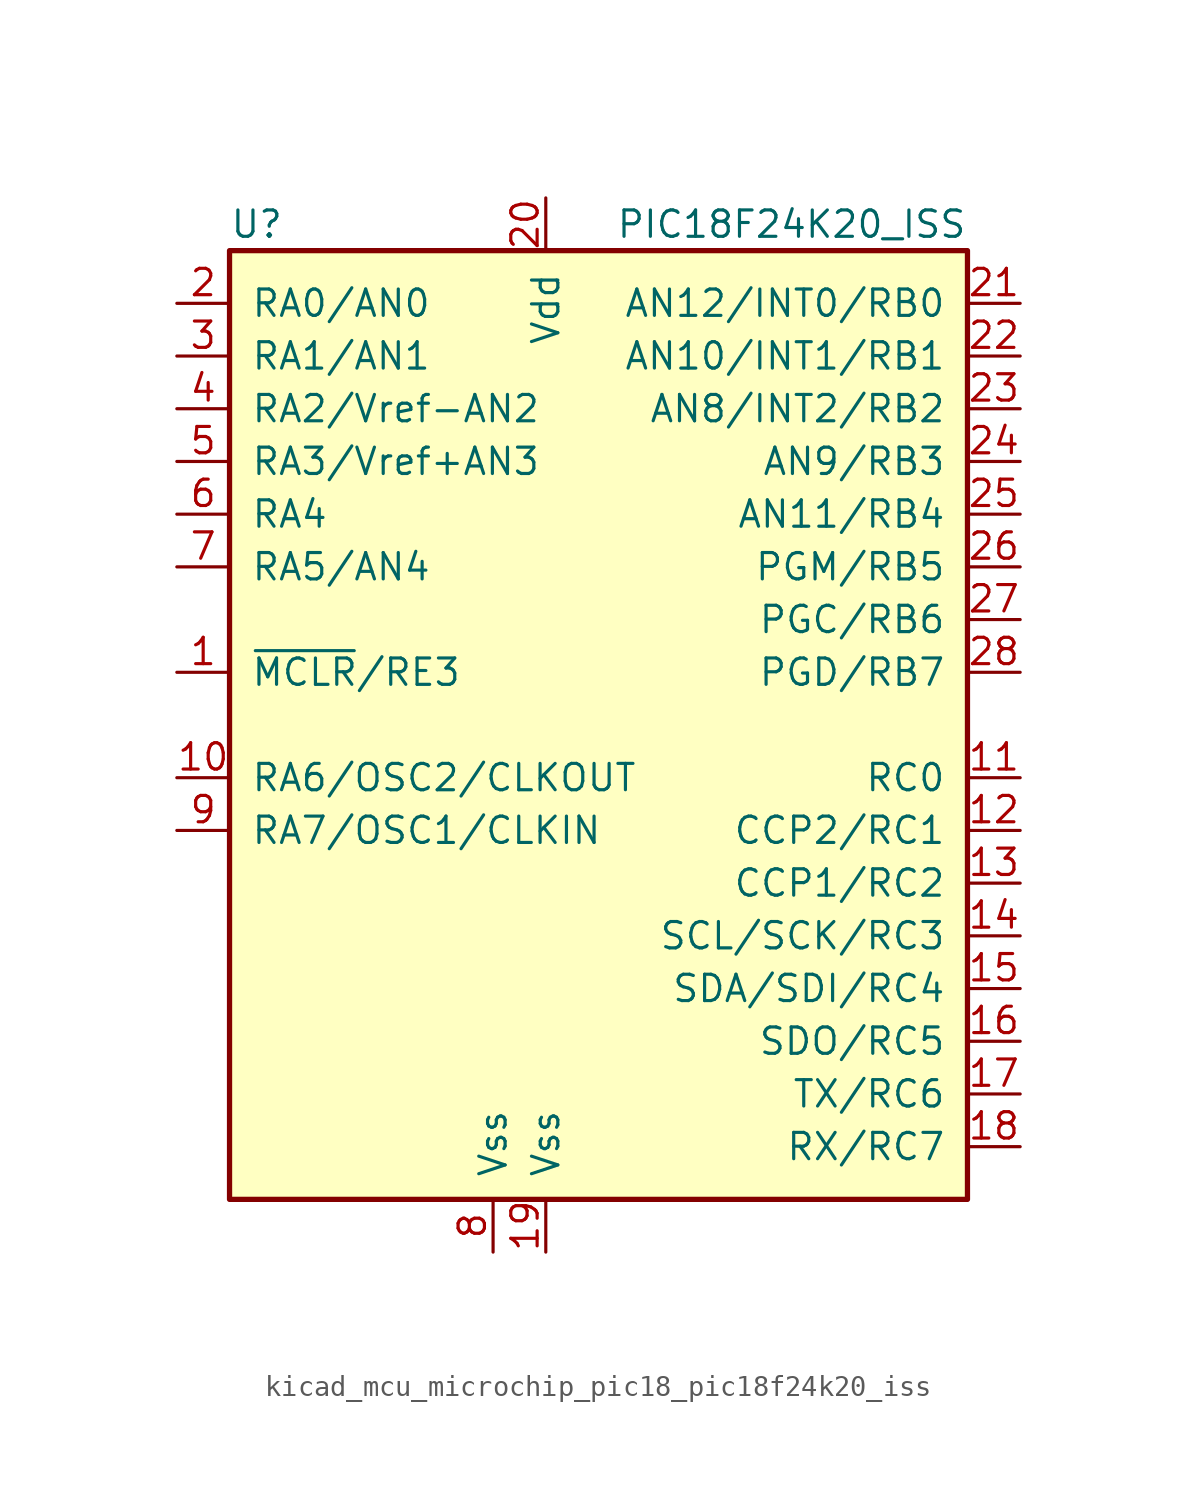
<source format=kicad_sym>
(kicad_symbol_lib
  (version 20220914)
  (generator kicad_symbol_editor)
  (symbol "kicad_mcu_microchip_pic18_pic18f24k20_iss"
    (pin_names
      (offset 1.016))
    (property "Reference" "U"
      (at -17.78 24.13 0)
      (effects (font (size 1.27 1.27)) (justify left)))
    (property "Value" "PIC18F24K20_ISS"
      (at 17.78 24.13 0)
      (effects (font (size 1.27 1.27)) (justify right)))
    (symbol "kicad_mcu_microchip_pic18_pic18f24k20_iss_0_1"
      (rectangle (start -17.78 22.86) (end 17.78 -22.86) (stroke (width 0.254) (type default)) (fill (type background))))
    (symbol "kicad_mcu_microchip_pic18_pic18f24k20_iss_1_1"
      (pin bidirectional line (at -20.32 2.54 0) (length 2.54) (name "~{MCLR}/RE3" (effects (font (size 1.27 1.27)))) (number "1" (effects (font (size 1.27 1.27)))))
      (pin input line (at -20.32 -2.54 0) (length 2.54) (name "RA6/OSC2/CLKOUT" (effects (font (size 1.27 1.27)))) (number "10" (effects (font (size 1.27 1.27)))))
      (pin bidirectional line (at 20.32 -2.54 180) (length 2.54) (name "RC0" (effects (font (size 1.27 1.27)))) (number "11" (effects (font (size 1.27 1.27)))))
      (pin bidirectional line (at 20.32 -5.08 180) (length 2.54) (name "CCP2/RC1" (effects (font (size 1.27 1.27)))) (number "12" (effects (font (size 1.27 1.27)))))
      (pin bidirectional line (at 20.32 -7.62 180) (length 2.54) (name "CCP1/RC2" (effects (font (size 1.27 1.27)))) (number "13" (effects (font (size 1.27 1.27)))))
      (pin bidirectional line (at 20.32 -10.16 180) (length 2.54) (name "SCL/SCK/RC3" (effects (font (size 1.27 1.27)))) (number "14" (effects (font (size 1.27 1.27)))))
      (pin bidirectional line (at 20.32 -12.7 180) (length 2.54) (name "SDA/SDI/RC4" (effects (font (size 1.27 1.27)))) (number "15" (effects (font (size 1.27 1.27)))))
      (pin bidirectional line (at 20.32 -15.24 180) (length 2.54) (name "SDO/RC5" (effects (font (size 1.27 1.27)))) (number "16" (effects (font (size 1.27 1.27)))))
      (pin bidirectional line (at 20.32 -17.78 180) (length 2.54) (name "TX/RC6" (effects (font (size 1.27 1.27)))) (number "17" (effects (font (size 1.27 1.27)))))
      (pin bidirectional line (at 20.32 -20.32 180) (length 2.54) (name "RX/RC7" (effects (font (size 1.27 1.27)))) (number "18" (effects (font (size 1.27 1.27)))))
      (pin power_in line (at -2.54 -25.4 90) (length 2.54) (name "Vss" (effects (font (size 1.27 1.27)))) (number "19" (effects (font (size 1.27 1.27)))))
      (pin bidirectional line (at -20.32 20.32 0) (length 2.54) (name "RA0/AN0" (effects (font (size 1.27 1.27)))) (number "2" (effects (font (size 1.27 1.27)))))
      (pin power_in line (at -2.54 25.4 270) (length 2.54) (name "Vdd" (effects (font (size 1.27 1.27)))) (number "20" (effects (font (size 1.27 1.27)))))
      (pin bidirectional line (at 20.32 20.32 180) (length 2.54) (name "AN12/INT0/RB0" (effects (font (size 1.27 1.27)))) (number "21" (effects (font (size 1.27 1.27)))))
      (pin bidirectional line (at 20.32 17.78 180) (length 2.54) (name "AN10/INT1/RB1" (effects (font (size 1.27 1.27)))) (number "22" (effects (font (size 1.27 1.27)))))
      (pin bidirectional line (at 20.32 15.24 180) (length 2.54) (name "AN8/INT2/RB2" (effects (font (size 1.27 1.27)))) (number "23" (effects (font (size 1.27 1.27)))))
      (pin bidirectional line (at 20.32 12.7 180) (length 2.54) (name "AN9/RB3" (effects (font (size 1.27 1.27)))) (number "24" (effects (font (size 1.27 1.27)))))
      (pin bidirectional line (at 20.32 10.16 180) (length 2.54) (name "AN11/RB4" (effects (font (size 1.27 1.27)))) (number "25" (effects (font (size 1.27 1.27)))))
      (pin bidirectional line (at 20.32 7.62 180) (length 2.54) (name "PGM/RB5" (effects (font (size 1.27 1.27)))) (number "26" (effects (font (size 1.27 1.27)))))
      (pin bidirectional line (at 20.32 5.08 180) (length 2.54) (name "PGC/RB6" (effects (font (size 1.27 1.27)))) (number "27" (effects (font (size 1.27 1.27)))))
      (pin bidirectional line (at 20.32 2.54 180) (length 2.54) (name "PGD/RB7" (effects (font (size 1.27 1.27)))) (number "28" (effects (font (size 1.27 1.27)))))
      (pin bidirectional line (at -20.32 17.78 0) (length 2.54) (name "RA1/AN1" (effects (font (size 1.27 1.27)))) (number "3" (effects (font (size 1.27 1.27)))))
      (pin bidirectional line (at -20.32 15.24 0) (length 2.54) (name "RA2/Vref-AN2" (effects (font (size 1.27 1.27)))) (number "4" (effects (font (size 1.27 1.27)))))
      (pin bidirectional line (at -20.32 12.7 0) (length 2.54) (name "RA3/Vref+AN3" (effects (font (size 1.27 1.27)))) (number "5" (effects (font (size 1.27 1.27)))))
      (pin power_in line (at -20.32 10.16 0) (length 2.54) (name "RA4" (effects (font (size 1.27 1.27)))) (number "6" (effects (font (size 1.27 1.27)))))
      (pin bidirectional line (at -20.32 7.62 0) (length 2.54) (name "RA5/AN4" (effects (font (size 1.27 1.27)))) (number "7" (effects (font (size 1.27 1.27)))))
      (pin power_in line (at -5.08 -25.4 90) (length 2.54) (name "Vss" (effects (font (size 1.27 1.27)))) (number "8" (effects (font (size 1.27 1.27)))))
      (pin input line (at -20.32 -5.08 0) (length 2.54) (name "RA7/OSC1/CLKIN" (effects (font (size 1.27 1.27)))) (number "9" (effects (font (size 1.27 1.27))))))))
</source>
